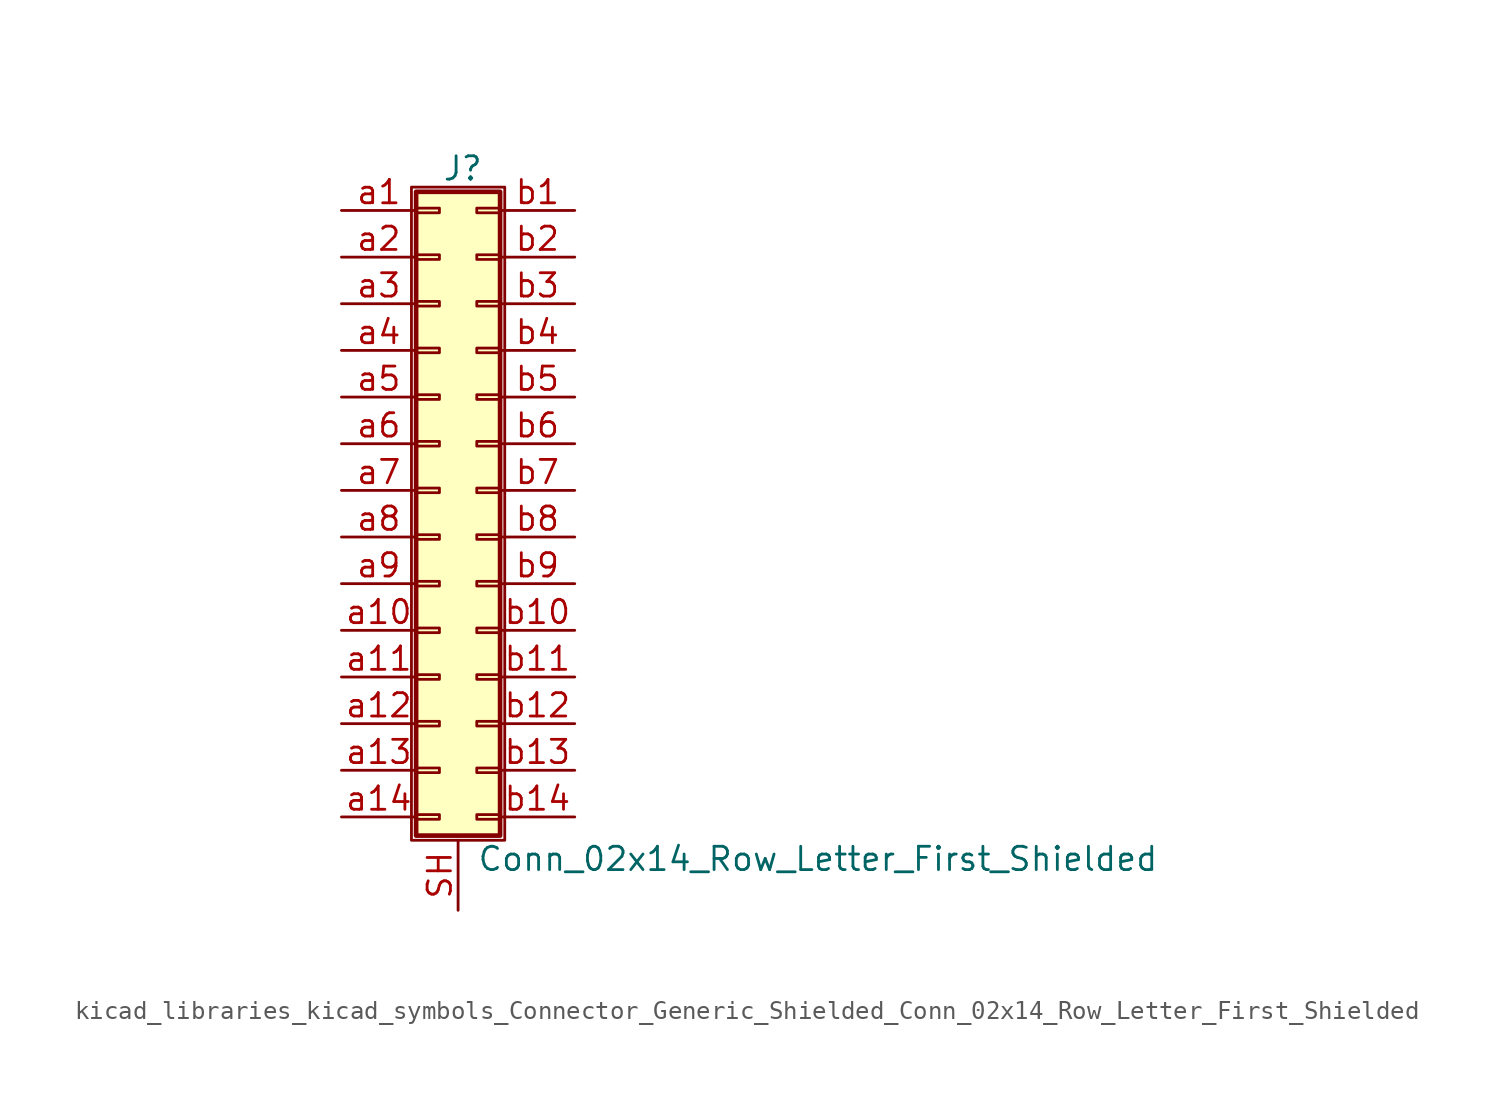
<source format=kicad_sym>
(kicad_symbol_lib
  (version 20220914)
  (generator kicad_symbol_editor)
  (symbol "kicad_libraries_kicad_symbols_Connector_Generic_Shielded_Conn_02x14_Row_Letter_First_Shielded"
    (pin_names
      (offset 1.016) hide)
    (property "Reference" "J"
      (at 1.524 17.526 0)
      (effects (font (size 1.27 1.27))))
    (property "Value" "Conn_02x14_Row_Letter_First_Shielded"
      (at 2.286 -20.066 0)
      (effects (font (size 1.27 1.27)) (justify left)))
    (symbol "kicad_libraries_kicad_symbols_Connector_Generic_Shielded_Conn_02x14_Row_Letter_First_Shielded_1_1"
      (rectangle (start -1.27 16.51) (end 3.81 -19.05) (stroke (width 0.152) (type default)) (fill (type none)))
      (rectangle (start -1.016 -17.653) (end 0.254 -17.907) (stroke (width 0.152) (type default)) (fill (type none)))
      (rectangle (start -1.016 -15.113) (end 0.254 -15.367) (stroke (width 0.152) (type default)) (fill (type none)))
      (rectangle (start -1.016 -12.573) (end 0.254 -12.827) (stroke (width 0.152) (type default)) (fill (type none)))
      (rectangle (start -1.016 -10.033) (end 0.254 -10.287) (stroke (width 0.152) (type default)) (fill (type none)))
      (rectangle (start -1.016 -7.493) (end 0.254 -7.747) (stroke (width 0.152) (type default)) (fill (type none)))
      (rectangle (start -1.016 -4.953) (end 0.254 -5.207) (stroke (width 0.152) (type default)) (fill (type none)))
      (rectangle (start -1.016 -2.413) (end 0.254 -2.667) (stroke (width 0.152) (type default)) (fill (type none)))
      (rectangle (start -1.016 0.127) (end 0.254 -0.127) (stroke (width 0.152) (type default)) (fill (type none)))
      (rectangle (start -1.016 2.667) (end 0.254 2.413) (stroke (width 0.152) (type default)) (fill (type none)))
      (rectangle (start -1.016 5.207) (end 0.254 4.953) (stroke (width 0.152) (type default)) (fill (type none)))
      (rectangle (start -1.016 7.747) (end 0.254 7.493) (stroke (width 0.152) (type default)) (fill (type none)))
      (rectangle (start -1.016 10.287) (end 0.254 10.033) (stroke (width 0.152) (type default)) (fill (type none)))
      (rectangle (start -1.016 12.827) (end 0.254 12.573) (stroke (width 0.152) (type default)) (fill (type none)))
      (rectangle (start -1.016 15.367) (end 0.254 15.113) (stroke (width 0.152) (type default)) (fill (type none)))
      (rectangle (start -1.016 16.256) (end 3.556 -18.796) (stroke (width 0.254) (type default)) (fill (type background)))
      (rectangle (start 3.556 -17.653) (end 2.286 -17.907) (stroke (width 0.152) (type default)) (fill (type none)))
      (rectangle (start 3.556 -15.113) (end 2.286 -15.367) (stroke (width 0.152) (type default)) (fill (type none)))
      (rectangle (start 3.556 -12.573) (end 2.286 -12.827) (stroke (width 0.152) (type default)) (fill (type none)))
      (rectangle (start 3.556 -10.033) (end 2.286 -10.287) (stroke (width 0.152) (type default)) (fill (type none)))
      (rectangle (start 3.556 -7.493) (end 2.286 -7.747) (stroke (width 0.152) (type default)) (fill (type none)))
      (rectangle (start 3.556 -4.953) (end 2.286 -5.207) (stroke (width 0.152) (type default)) (fill (type none)))
      (rectangle (start 3.556 -2.413) (end 2.286 -2.667) (stroke (width 0.152) (type default)) (fill (type none)))
      (rectangle (start 3.556 0.127) (end 2.286 -0.127) (stroke (width 0.152) (type default)) (fill (type none)))
      (rectangle (start 3.556 2.667) (end 2.286 2.413) (stroke (width 0.152) (type default)) (fill (type none)))
      (rectangle (start 3.556 5.207) (end 2.286 4.953) (stroke (width 0.152) (type default)) (fill (type none)))
      (rectangle (start 3.556 7.747) (end 2.286 7.493) (stroke (width 0.152) (type default)) (fill (type none)))
      (rectangle (start 3.556 10.287) (end 2.286 10.033) (stroke (width 0.152) (type default)) (fill (type none)))
      (rectangle (start 3.556 12.827) (end 2.286 12.573) (stroke (width 0.152) (type default)) (fill (type none)))
      (rectangle (start 3.556 15.367) (end 2.286 15.113) (stroke (width 0.152) (type default)) (fill (type none)))
      (pin passive line (at 1.27 -22.86 90) (length 3.81) (name "Shield" (effects (font (size 1.27 1.27)))) (number "SH" (effects (font (size 1.27 1.27)))))
      (pin passive line (at -5.08 15.24 0) (length 4.064) (name "Pin_a1" (effects (font (size 1.27 1.27)))) (number "a1" (effects (font (size 1.27 1.27)))))
      (pin passive line (at -5.08 -7.62 0) (length 4.064) (name "Pin_a10" (effects (font (size 1.27 1.27)))) (number "a10" (effects (font (size 1.27 1.27)))))
      (pin passive line (at -5.08 -10.16 0) (length 4.064) (name "Pin_a11" (effects (font (size 1.27 1.27)))) (number "a11" (effects (font (size 1.27 1.27)))))
      (pin passive line (at -5.08 -12.7 0) (length 4.064) (name "Pin_a12" (effects (font (size 1.27 1.27)))) (number "a12" (effects (font (size 1.27 1.27)))))
      (pin passive line (at -5.08 -15.24 0) (length 4.064) (name "Pin_a13" (effects (font (size 1.27 1.27)))) (number "a13" (effects (font (size 1.27 1.27)))))
      (pin passive line (at -5.08 -17.78 0) (length 4.064) (name "Pin_a14" (effects (font (size 1.27 1.27)))) (number "a14" (effects (font (size 1.27 1.27)))))
      (pin passive line (at -5.08 12.7 0) (length 4.064) (name "Pin_a2" (effects (font (size 1.27 1.27)))) (number "a2" (effects (font (size 1.27 1.27)))))
      (pin passive line (at -5.08 10.16 0) (length 4.064) (name "Pin_a3" (effects (font (size 1.27 1.27)))) (number "a3" (effects (font (size 1.27 1.27)))))
      (pin passive line (at -5.08 7.62 0) (length 4.064) (name "Pin_a4" (effects (font (size 1.27 1.27)))) (number "a4" (effects (font (size 1.27 1.27)))))
      (pin passive line (at -5.08 5.08 0) (length 4.064) (name "Pin_a5" (effects (font (size 1.27 1.27)))) (number "a5" (effects (font (size 1.27 1.27)))))
      (pin passive line (at -5.08 2.54 0) (length 4.064) (name "Pin_a6" (effects (font (size 1.27 1.27)))) (number "a6" (effects (font (size 1.27 1.27)))))
      (pin passive line (at -5.08 0 0) (length 4.064) (name "Pin_a7" (effects (font (size 1.27 1.27)))) (number "a7" (effects (font (size 1.27 1.27)))))
      (pin passive line (at -5.08 -2.54 0) (length 4.064) (name "Pin_a8" (effects (font (size 1.27 1.27)))) (number "a8" (effects (font (size 1.27 1.27)))))
      (pin passive line (at -5.08 -5.08 0) (length 4.064) (name "Pin_a9" (effects (font (size 1.27 1.27)))) (number "a9" (effects (font (size 1.27 1.27)))))
      (pin passive line (at 7.62 15.24 180) (length 4.064) (name "Pin_b1" (effects (font (size 1.27 1.27)))) (number "b1" (effects (font (size 1.27 1.27)))))
      (pin passive line (at 7.62 -7.62 180) (length 4.064) (name "Pin_b10" (effects (font (size 1.27 1.27)))) (number "b10" (effects (font (size 1.27 1.27)))))
      (pin passive line (at 7.62 -10.16 180) (length 4.064) (name "Pin_b11" (effects (font (size 1.27 1.27)))) (number "b11" (effects (font (size 1.27 1.27)))))
      (pin passive line (at 7.62 -12.7 180) (length 4.064) (name "Pin_b12" (effects (font (size 1.27 1.27)))) (number "b12" (effects (font (size 1.27 1.27)))))
      (pin passive line (at 7.62 -15.24 180) (length 4.064) (name "Pin_b13" (effects (font (size 1.27 1.27)))) (number "b13" (effects (font (size 1.27 1.27)))))
      (pin passive line (at 7.62 -17.78 180) (length 4.064) (name "Pin_b14" (effects (font (size 1.27 1.27)))) (number "b14" (effects (font (size 1.27 1.27)))))
      (pin passive line (at 7.62 12.7 180) (length 4.064) (name "Pin_b2" (effects (font (size 1.27 1.27)))) (number "b2" (effects (font (size 1.27 1.27)))))
      (pin passive line (at 7.62 10.16 180) (length 4.064) (name "Pin_b3" (effects (font (size 1.27 1.27)))) (number "b3" (effects (font (size 1.27 1.27)))))
      (pin passive line (at 7.62 7.62 180) (length 4.064) (name "Pin_b4" (effects (font (size 1.27 1.27)))) (number "b4" (effects (font (size 1.27 1.27)))))
      (pin passive line (at 7.62 5.08 180) (length 4.064) (name "Pin_b5" (effects (font (size 1.27 1.27)))) (number "b5" (effects (font (size 1.27 1.27)))))
      (pin passive line (at 7.62 2.54 180) (length 4.064) (name "Pin_b6" (effects (font (size 1.27 1.27)))) (number "b6" (effects (font (size 1.27 1.27)))))
      (pin passive line (at 7.62 0 180) (length 4.064) (name "Pin_b7" (effects (font (size 1.27 1.27)))) (number "b7" (effects (font (size 1.27 1.27)))))
      (pin passive line (at 7.62 -2.54 180) (length 4.064) (name "Pin_b8" (effects (font (size 1.27 1.27)))) (number "b8" (effects (font (size 1.27 1.27)))))
      (pin passive line (at 7.62 -5.08 180) (length 4.064) (name "Pin_b9" (effects (font (size 1.27 1.27)))) (number "b9" (effects (font (size 1.27 1.27))))))))
</source>
